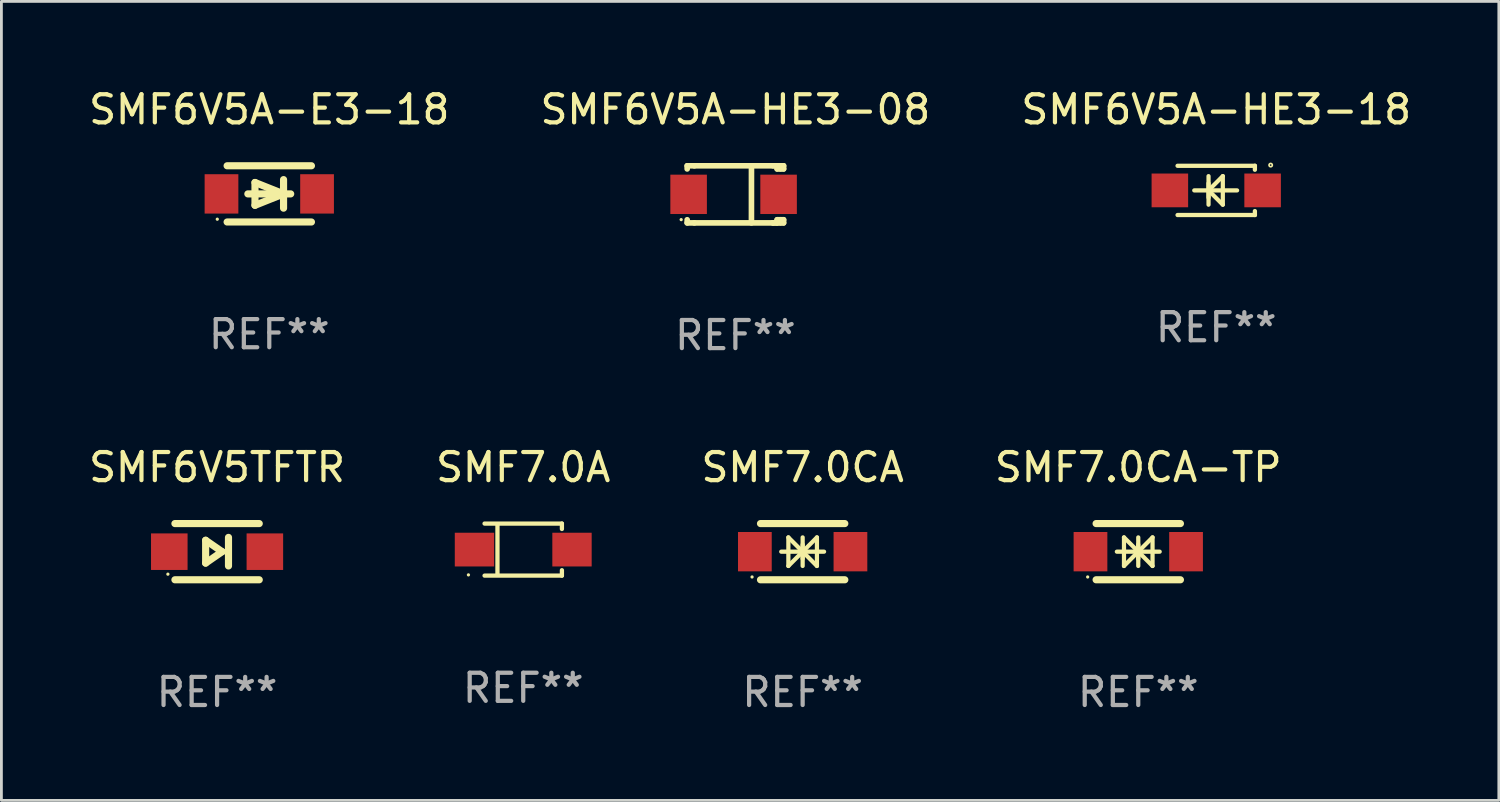
<source format=kicad_pcb>
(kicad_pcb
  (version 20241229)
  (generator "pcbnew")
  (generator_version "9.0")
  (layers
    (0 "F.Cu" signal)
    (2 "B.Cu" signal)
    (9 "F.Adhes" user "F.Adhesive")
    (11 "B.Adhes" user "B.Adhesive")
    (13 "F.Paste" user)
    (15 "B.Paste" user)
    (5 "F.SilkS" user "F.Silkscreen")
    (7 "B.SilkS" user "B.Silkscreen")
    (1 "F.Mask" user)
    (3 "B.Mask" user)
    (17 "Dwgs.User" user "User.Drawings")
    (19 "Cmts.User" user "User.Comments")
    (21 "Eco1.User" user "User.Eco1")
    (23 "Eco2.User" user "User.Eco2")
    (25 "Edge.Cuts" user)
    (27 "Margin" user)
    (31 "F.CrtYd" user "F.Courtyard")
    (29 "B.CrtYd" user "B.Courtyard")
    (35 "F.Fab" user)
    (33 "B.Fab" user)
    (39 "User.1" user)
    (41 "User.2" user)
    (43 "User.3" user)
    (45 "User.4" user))
  (footprint "SMF6V5A-HE3-18"
    (layer "F.Cu")
    (at 40.22 3.724)
    (property "Reference" "SMF6V5A-HE3-18" (at 0 -2.876 0) (layer "F.SilkS") (effects (font (size 1 1) (thickness 0.15))))
    (attr through_hole)
    (fp_line (start -1.376 -0.876) (end 1.376 -0.876) (stroke (width 0.152) (type solid)) (layer "F.SilkS"))
    (fp_line (start -1.376 0.876) (end 1.376 0.876) (stroke (width 0.152) (type solid)) (layer "F.SilkS"))
    (fp_line (start -0.782 0) (end 0.742 0) (stroke (width 0.15) (type solid)) (layer "F.SilkS"))
    (fp_line (start -0.274 -0.508) (end -0.274 0.508) (stroke (width 0.15) (type solid)) (layer "F.SilkS"))
    (fp_line (start -0.274 0) (end 0.234 -0.508) (stroke (width 0.15) (type solid)) (layer "F.SilkS"))
    (fp_line (start -0.274 0) (end 0.234 0.508) (stroke (width 0.15) (type solid)) (layer "F.SilkS"))
    (fp_line (start -0.274 0.254) (end -0.274 -0.254) (stroke (width 0.15) (type solid)) (layer "F.SilkS"))
    (fp_line (start 0.234 0.508) (end 0.234 -0.508) (stroke (width 0.15) (type solid)) (layer "F.SilkS"))
    (fp_line (start 1.376 -0.876) (end 1.375 -0.735) (stroke (width 0.152) (type solid)) (layer "F.SilkS"))
    (fp_line (start 1.376 0.876) (end 1.375 0.735) (stroke (width 0.152) (type solid)) (layer "F.SilkS"))
    (fp_circle (center 1.937 -0.9) (end 1.966 -0.9) (stroke (width 0.06) (type solid)) (fill no) (layer "F.SilkS"))
    (fp_text user "REF**" (at 0 4.876 0) (layer "F.Fab") (effects (font (size 1 1) (thickness 0.15))))
    (pad "1" smd rect (at 1.65 0 180) (size 1.3 1.2) (layers "F.Cu" "F.Mask" "F.Paste"))
    (pad "2" smd rect (at -1.65 0 180) (size 1.3 1.2) (layers "F.Cu" "F.Mask" "F.Paste")))
  (footprint "SMF7.0A"
    (layer "F.Cu")
    (at 15.565 16.503)
    (property "Reference" "SMF7.0A" (at 0 -2.926 0) (layer "F.SilkS") (effects (font (size 1 1) (thickness 0.15))))
    (attr through_hole)
    (fp_line (start -1.376 -0.926) (end 1.376 -0.926) (stroke (width 0.152) (type solid)) (layer "F.SilkS"))
    (fp_line (start -1.376 0.926) (end 1.376 0.926) (stroke (width 0.152) (type solid)) (layer "F.SilkS"))
    (fp_line (start -0.917 -0.876) (end -0.917 0.876) (stroke (width 0.152) (type solid)) (layer "F.SilkS"))
    (fp_line (start 1.376 -0.926) (end 1.376 -0.733) (stroke (width 0.152) (type solid)) (layer "F.SilkS"))
    (fp_line (start 1.376 0.926) (end 1.376 0.733) (stroke (width 0.152) (type solid)) (layer "F.SilkS"))
    (fp_circle (center -1.95 0.9) (end -1.92 0.9) (stroke (width 0.06) (type solid)) (fill no) (layer "F.SilkS"))
    (fp_text user "REF**" (at 0 4.926 0) (layer "F.Fab") (effects (font (size 1 1) (thickness 0.15))))
    (pad "1" smd rect (at -1.735 0) (size 1.4 1.2) (layers "F.Cu" "F.Mask" "F.Paste"))
    (pad "2" smd rect (at 1.735 0) (size 1.4 1.2) (layers "F.Cu" "F.Mask" "F.Paste")))
  (footprint "SMF6V5A-HE3-08"
    (layer "F.Cu")
    (at 23.113 3.864)
    (property "Reference" "SMF6V5A-HE3-08" (at 0 -3.016 0) (layer "F.SilkS") (effects (font (size 1 1) (thickness 0.15))))
    (attr through_hole)
    (fp_line (start -1.715 -1.016) (end -1.715 -0.904) (stroke (width 0.2) (type solid)) (layer "F.SilkS"))
    (fp_line (start -1.715 0.904) (end -1.715 1.016) (stroke (width 0.2) (type solid)) (layer "F.SilkS"))
    (fp_line (start -1.715 1.016) (end -1.461 1.016) (stroke (width 0.2) (type solid)) (layer "F.SilkS"))
    (fp_line (start -1.461 -1.016) (end -1.715 -1.016) (stroke (width 0.2) (type solid)) (layer "F.SilkS"))
    (fp_line (start -1.461 -1.016) (end 1.339 -1.016) (stroke (width 0.2) (type solid)) (layer "F.SilkS"))
    (fp_line (start -1.461 1.016) (end 1.339 1.016) (stroke (width 0.2) (type solid)) (layer "F.SilkS"))
    (fp_line (start 0.572 -1.016) (end 0.571 1.016) (stroke (width 0.2) (type solid)) (layer "F.SilkS"))
    (fp_line (start 1.339 -1.016) (end 1.588 -1.016) (stroke (width 0.2) (type solid)) (layer "F.SilkS"))
    (fp_line (start 1.339 1.016) (end 1.486 1.016) (stroke (width 0.2) (type solid)) (layer "F.SilkS"))
    (fp_line (start 1.486 -0.904) (end 1.486 -1.016) (stroke (width 0.2) (type solid)) (layer "F.SilkS"))
    (fp_line (start 1.486 1.016) (end 1.486 0.904) (stroke (width 0.2) (type solid)) (layer "F.SilkS"))
    (fp_line (start 1.588 -1.016) (end 1.603 -1.016) (stroke (width 0.2) (type solid)) (layer "F.SilkS"))
    (fp_line (start 1.588 -1.016) (end 1.715 -1.016) (stroke (width 0.2) (type solid)) (layer "F.SilkS"))
    (fp_line (start 1.603 -1.016) (end 1.603 -0.904) (stroke (width 0.2) (type solid)) (layer "F.SilkS"))
    (fp_line (start 1.603 0.904) (end 1.603 1.016) (stroke (width 0.2) (type solid)) (layer "F.SilkS"))
    (fp_line (start 1.715 -1.016) (end 1.715 -0.904) (stroke (width 0.2) (type solid)) (layer "F.SilkS"))
    (fp_line (start 1.715 -0.904) (end 1.486 -0.904) (stroke (width 0.2) (type solid)) (layer "F.SilkS"))
    (fp_line (start 1.715 0.904) (end 1.486 0.904) (stroke (width 0.2) (type solid)) (layer "F.SilkS"))
    (fp_line (start 1.715 0.904) (end 1.715 1.016) (stroke (width 0.2) (type solid)) (layer "F.SilkS"))
    (fp_line (start 1.715 1.016) (end 1.339 1.016) (stroke (width 0.2) (type solid)) (layer "F.SilkS"))
    (fp_circle (center -1.929 0.9) (end -1.899 0.9) (stroke (width 0.06) (type solid)) (fill no) (layer "F.SilkS"))
    (fp_text user "REF**" (at 0 5.016 0) (layer "F.Fab") (effects (font (size 1 1) (thickness 0.15))))
    (pad "1" smd rect (at -1.664 0) (size 1.3 1.4) (layers "F.Cu" "F.Mask" "F.Paste"))
    (pad "2" smd rect (at 1.537 0) (size 1.3 1.4) (layers "F.Cu" "F.Mask" "F.Paste")))
  (footprint "SMF7.0CA-TP"
    (layer "F.Cu")
    (at 37.446 16.577)
    (property "Reference" "SMF7.0CA-TP" (at 0 -3 0) (layer "F.SilkS") (effects (font (size 1 1) (thickness 0.15))))
    (attr through_hole)
    (fp_line (start -1.5 -1) (end 1.5 -1) (stroke (width 0.254) (type solid)) (layer "F.SilkS"))
    (fp_line (start -1.5 1) (end 1.5 1) (stroke (width 0.254) (type solid)) (layer "F.SilkS"))
    (fp_line (start -0.762 0) (end 0.762 0) (stroke (width 0.15) (type solid)) (layer "F.SilkS"))
    (fp_line (start -0.508 -0.508) (end -0.508 0.508) (stroke (width 0.15) (type solid)) (layer "F.SilkS"))
    (fp_line (start 0 -0.508) (end 0 0.508) (stroke (width 0.15) (type solid)) (layer "F.SilkS"))
    (fp_line (start 0 0) (end -0.508 -0.508) (stroke (width 0.15) (type solid)) (layer "F.SilkS"))
    (fp_line (start 0 0) (end -0.508 0.508) (stroke (width 0.15) (type solid)) (layer "F.SilkS"))
    (fp_line (start 0 0) (end 0.508 -0.508) (stroke (width 0.15) (type solid)) (layer "F.SilkS"))
    (fp_line (start 0 0) (end 0.508 0.508) (stroke (width 0.15) (type solid)) (layer "F.SilkS"))
    (fp_line (start 0 0.254) (end 0 -0.254) (stroke (width 0.15) (type solid)) (layer "F.SilkS"))
    (fp_line (start 0.508 0.508) (end 0.508 -0.508) (stroke (width 0.15) (type solid)) (layer "F.SilkS"))
    (fp_circle (center -1.8 0.9) (end -1.77 0.9) (stroke (width 0.06) (type solid)) (fill no) (layer "F.SilkS"))
    (fp_text user "REF**" (at 0 5 0) (layer "F.Fab") (effects (font (size 1 1) (thickness 0.15))))
    (pad "1" smd rect (at -1.7 0) (size 1.2 1.4) (layers "F.Cu" "F.Mask" "F.Paste"))
    (pad "2" smd rect (at 1.7 0) (size 1.2 1.4) (layers "F.Cu" "F.Mask" "F.Paste")))
  (footprint "SMF6V5TFTR"
    (layer "F.Cu")
    (at 4.673 16.577)
    (property "Reference" "SMF6V5TFTR" (at 0 -3 0) (layer "F.SilkS") (effects (font (size 1 1) (thickness 0.15))))
    (attr through_hole)
    (fp_line (start -1.5 -1) (end 1.5 -1) (stroke (width 0.254) (type solid)) (layer "F.SilkS"))
    (fp_line (start -0.407 -0.406) (end 0.178 0) (stroke (width 0.254) (type solid)) (layer "F.SilkS"))
    (fp_line (start -0.407 0.406) (end -0.407 -0.406) (stroke (width 0.254) (type solid)) (layer "F.SilkS"))
    (fp_line (start 0.178 0) (end -0.407 0.406) (stroke (width 0.254) (type solid)) (layer "F.SilkS"))
    (fp_line (start 0.406 0.508) (end 0.406 -0.508) (stroke (width 0.254) (type solid)) (layer "F.SilkS"))
    (fp_line (start 1.5 1) (end -1.5 1) (stroke (width 0.254) (type solid)) (layer "F.SilkS"))
    (fp_circle (center -1.75 0.8) (end -1.72 0.8) (stroke (width 0.06) (type solid)) (fill no) (layer "F.SilkS"))
    (fp_text user "REF**" (at 0 5 0) (layer "F.Fab") (effects (font (size 1 1) (thickness 0.15))))
    (pad "1" smd rect (at -1.7 -0.000025) (size 1.3 1.3) (layers "F.Cu" "F.Mask" "F.Paste"))
    (pad "2" smd rect (at 1.7 -0.000025) (size 1.3 1.3) (layers "F.Cu" "F.Mask" "F.Paste")))
  (footprint "SMF7.0CA"
    (layer "F.Cu")
    (at 25.506 16.577)
    (property "Reference" "SMF7.0CA" (at 0 -3 0) (layer "F.SilkS") (effects (font (size 1 1) (thickness 0.15))))
    (attr through_hole)
    (fp_line (start -1.5 -1) (end 1.5 -1) (stroke (width 0.254) (type solid)) (layer "F.SilkS"))
    (fp_line (start -1.5 1) (end 1.5 1) (stroke (width 0.254) (type solid)) (layer "F.SilkS"))
    (fp_line (start -0.762 0) (end 0.762 0) (stroke (width 0.15) (type solid)) (layer "F.SilkS"))
    (fp_line (start -0.508 -0.508) (end -0.508 0.508) (stroke (width 0.15) (type solid)) (layer "F.SilkS"))
    (fp_line (start 0 -0.508) (end 0 0.508) (stroke (width 0.15) (type solid)) (layer "F.SilkS"))
    (fp_line (start 0 0) (end -0.508 -0.508) (stroke (width 0.15) (type solid)) (layer "F.SilkS"))
    (fp_line (start 0 0) (end -0.508 0.508) (stroke (width 0.15) (type solid)) (layer "F.SilkS"))
    (fp_line (start 0 0) (end 0.508 -0.508) (stroke (width 0.15) (type solid)) (layer "F.SilkS"))
    (fp_line (start 0 0) (end 0.508 0.508) (stroke (width 0.15) (type solid)) (layer "F.SilkS"))
    (fp_line (start 0 0.254) (end 0 -0.254) (stroke (width 0.15) (type solid)) (layer "F.SilkS"))
    (fp_line (start 0.508 0.508) (end 0.508 -0.508) (stroke (width 0.15) (type solid)) (layer "F.SilkS"))
    (fp_circle (center -1.8 0.9) (end -1.77 0.9) (stroke (width 0.06) (type solid)) (fill no) (layer "F.SilkS"))
    (fp_text user "REF**" (at 0 5 0) (layer "F.Fab") (effects (font (size 1 1) (thickness 0.15))))
    (pad "1" smd rect (at -1.7 0) (size 1.2 1.4) (layers "F.Cu" "F.Mask" "F.Paste"))
    (pad "2" smd rect (at 1.7 0) (size 1.2 1.4) (layers "F.Cu" "F.Mask" "F.Paste")))
  (footprint "SMF6V5A-E3-18"
    (layer "F.Cu")
    (at 6.53 3.848)
    (property "Reference" "SMF6V5A-E3-18" (at 0 -3 0) (layer "F.SilkS") (effects (font (size 1 1) (thickness 0.15))))
    (attr through_hole)
    (fp_line (start -1.5 -1) (end 1.5 -1) (stroke (width 0.254) (type solid)) (layer "F.SilkS"))
    (fp_line (start -1.5 1) (end 1.5 1) (stroke (width 0.254) (type solid)) (layer "F.SilkS"))
    (fp_line (start -0.508 -0.406) (end 0.508 0) (stroke (width 0.254) (type solid)) (layer "F.SilkS"))
    (fp_line (start -0.508 0.406) (end -0.508 -0.406) (stroke (width 0.254) (type solid)) (layer "F.SilkS"))
    (fp_line (start 0.508 0) (end -0.508 0.406) (stroke (width 0.254) (type solid)) (layer "F.SilkS"))
    (fp_line (start 0.508 0.508) (end 0.508 -0.508) (stroke (width 0.254) (type solid)) (layer "F.SilkS"))
    (fp_line (start 0.762 0) (end -0.762 0) (stroke (width 0.254) (type solid)) (layer "F.SilkS"))
    (fp_circle (center -1.85 0.9) (end -1.82 0.9) (stroke (width 0.06) (type solid)) (fill no) (layer "F.SilkS"))
    (fp_text user "REF**" (at 0 5 0) (layer "F.Fab") (effects (font (size 1 1) (thickness 0.15))))
    (pad "1" smd rect (at -1.7 0) (size 1.2 1.4) (layers "F.Cu" "F.Mask" "F.Paste"))
    (pad "2" smd rect (at 1.7 0) (size 1.2 1.4) (layers "F.Cu" "F.Mask" "F.Paste")))
  (gr_rect
    (start -3 -3)
    (end 50.274 25.425)
    (stroke (width 0.1) (type default))
    (fill no)
    (layer "Edge.Cuts")))
</source>
